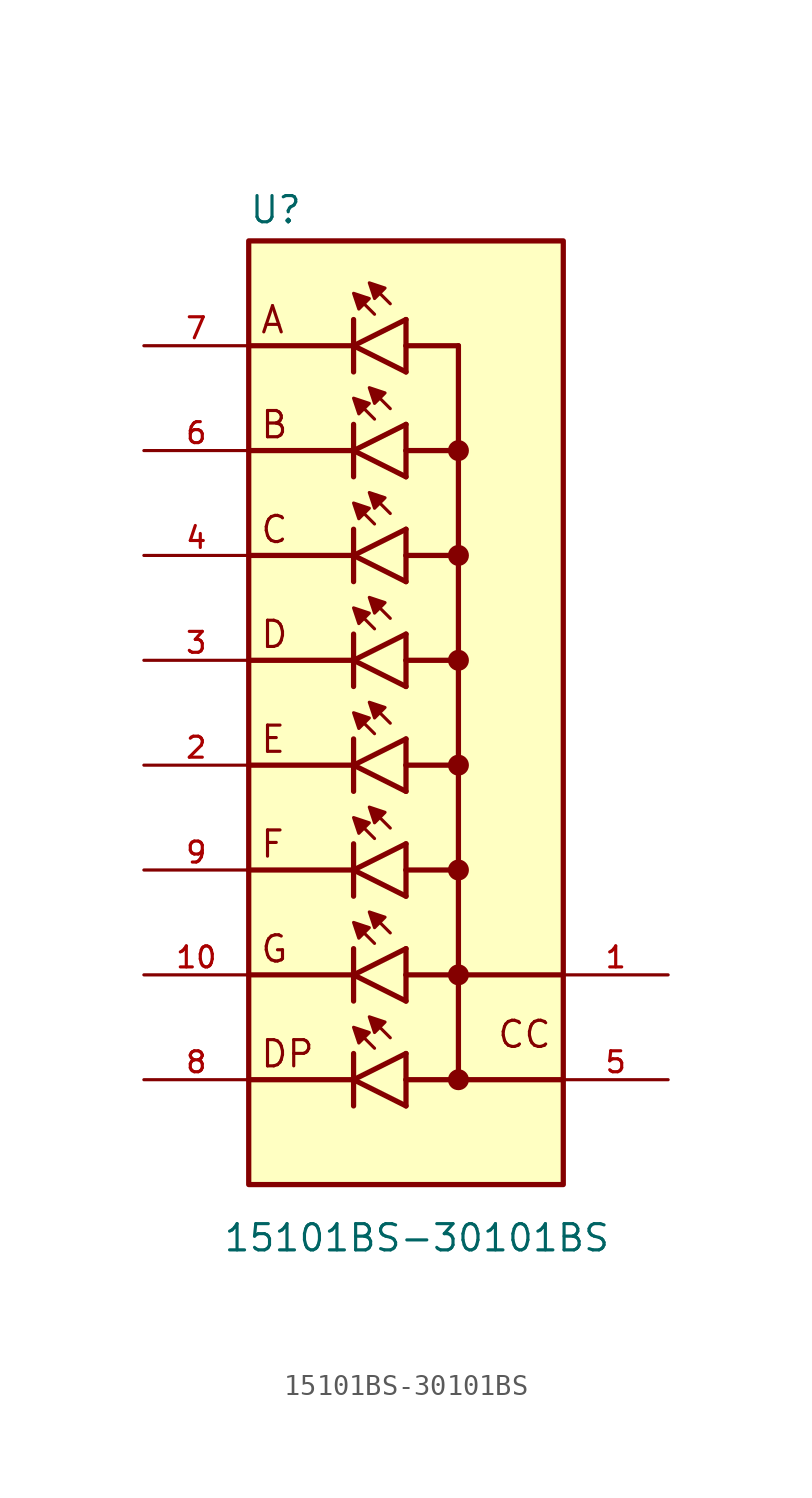
<source format=kicad_sym>
(kicad_symbol_lib
  (version 20211014)
  (generator kicad_symbol_editor)
  (symbol "15101BS-30101BS"
    (pin_names
      (offset 1.016))
    (property "Reference" "U"
      (at -7.62 23.622 0)
      (effects (font (size 1.27 1.27)) (justify left bottom)))
    (property "Value" "15101BS-30101BS"
      (at -8.89 -26.187 0)
      (effects (font (size 1.27 1.27)) (justify left bottom)))
    (symbol "15101BS-30101BS_0_0"
      (rectangle (start -7.62 -22.86) (end 7.62 22.86) (stroke (width 0.254) (type default) (color 0 0 0 0)) (fill (type background)))
      (polyline (pts (xy -7.62 -17.78) (xy -2.54 -17.78)) (stroke (width 0.254) (type default) (color 0 0 0 0)) (fill (type none)))
      (polyline (pts (xy -7.62 -12.7) (xy -2.54 -12.7)) (stroke (width 0.254) (type default) (color 0 0 0 0)) (fill (type none)))
      (polyline (pts (xy -7.62 -7.62) (xy -2.54 -7.62)) (stroke (width 0.254) (type default) (color 0 0 0 0)) (fill (type none)))
      (polyline (pts (xy -7.62 -2.54) (xy -2.54 -2.54)) (stroke (width 0.254) (type default) (color 0 0 0 0)) (fill (type none)))
      (polyline (pts (xy -7.62 2.54) (xy -2.54 2.54)) (stroke (width 0.254) (type default) (color 0 0 0 0)) (fill (type none)))
      (polyline (pts (xy -7.62 7.62) (xy -2.54 7.62)) (stroke (width 0.254) (type default) (color 0 0 0 0)) (fill (type none)))
      (polyline (pts (xy -7.62 12.7) (xy -2.54 12.7)) (stroke (width 0.254) (type default) (color 0 0 0 0)) (fill (type none)))
      (polyline (pts (xy -7.62 17.78) (xy -2.54 17.78)) (stroke (width 0.254) (type default) (color 0 0 0 0)) (fill (type none)))
      (polyline (pts (xy -2.54 -17.78) (xy -2.54 -19.05)) (stroke (width 0.254) (type default) (color 0 0 0 0)) (fill (type none)))
      (polyline (pts (xy -2.54 -17.78) (xy 0 -16.51)) (stroke (width 0.254) (type default) (color 0 0 0 0)) (fill (type none)))
      (polyline (pts (xy -2.54 -16.51) (xy -2.54 -17.78)) (stroke (width 0.254) (type default) (color 0 0 0 0)) (fill (type none)))
      (polyline (pts (xy -2.54 -12.7) (xy -2.54 -13.97)) (stroke (width 0.254) (type default) (color 0 0 0 0)) (fill (type none)))
      (polyline (pts (xy -2.54 -12.7) (xy 0 -11.43)) (stroke (width 0.254) (type default) (color 0 0 0 0)) (fill (type none)))
      (polyline (pts (xy -2.54 -11.43) (xy -2.54 -12.7)) (stroke (width 0.254) (type default) (color 0 0 0 0)) (fill (type none)))
      (polyline (pts (xy -2.54 -7.62) (xy -2.54 -8.89)) (stroke (width 0.254) (type default) (color 0 0 0 0)) (fill (type none)))
      (polyline (pts (xy -2.54 -7.62) (xy 0 -6.35)) (stroke (width 0.254) (type default) (color 0 0 0 0)) (fill (type none)))
      (polyline (pts (xy -2.54 -6.35) (xy -2.54 -7.62)) (stroke (width 0.254) (type default) (color 0 0 0 0)) (fill (type none)))
      (polyline (pts (xy -2.54 -2.54) (xy -2.54 -3.81)) (stroke (width 0.254) (type default) (color 0 0 0 0)) (fill (type none)))
      (polyline (pts (xy -2.54 -2.54) (xy 0 -1.27)) (stroke (width 0.254) (type default) (color 0 0 0 0)) (fill (type none)))
      (polyline (pts (xy -2.54 -1.27) (xy -2.54 -2.54)) (stroke (width 0.254) (type default) (color 0 0 0 0)) (fill (type none)))
      (polyline (pts (xy -2.54 2.54) (xy -2.54 1.27)) (stroke (width 0.254) (type default) (color 0 0 0 0)) (fill (type none)))
      (polyline (pts (xy -2.54 2.54) (xy 0 3.81)) (stroke (width 0.254) (type default) (color 0 0 0 0)) (fill (type none)))
      (polyline (pts (xy -2.54 3.81) (xy -2.54 2.54)) (stroke (width 0.254) (type default) (color 0 0 0 0)) (fill (type none)))
      (polyline (pts (xy -2.54 7.62) (xy -2.54 6.35)) (stroke (width 0.254) (type default) (color 0 0 0 0)) (fill (type none)))
      (polyline (pts (xy -2.54 7.62) (xy 0 8.89)) (stroke (width 0.254) (type default) (color 0 0 0 0)) (fill (type none)))
      (polyline (pts (xy -2.54 8.89) (xy -2.54 7.62)) (stroke (width 0.254) (type default) (color 0 0 0 0)) (fill (type none)))
      (polyline (pts (xy -2.54 12.7) (xy -2.54 11.43)) (stroke (width 0.254) (type default) (color 0 0 0 0)) (fill (type none)))
      (polyline (pts (xy -2.54 12.7) (xy 0 13.97)) (stroke (width 0.254) (type default) (color 0 0 0 0)) (fill (type none)))
      (polyline (pts (xy -2.54 13.97) (xy -2.54 12.7)) (stroke (width 0.254) (type default) (color 0 0 0 0)) (fill (type none)))
      (polyline (pts (xy -2.54 17.78) (xy -2.54 16.51)) (stroke (width 0.254) (type default) (color 0 0 0 0)) (fill (type none)))
      (polyline (pts (xy -2.54 17.78) (xy 0 19.05)) (stroke (width 0.254) (type default) (color 0 0 0 0)) (fill (type none)))
      (polyline (pts (xy -2.54 19.05) (xy -2.54 17.78)) (stroke (width 0.254) (type default) (color 0 0 0 0)) (fill (type none)))
      (polyline (pts (xy -1.524 -16.256) (xy -2.032 -15.748)) (stroke (width 0.152) (type default) (color 0 0 0 0)) (fill (type none)))
      (polyline (pts (xy -1.524 -11.176) (xy -2.032 -10.668)) (stroke (width 0.152) (type default) (color 0 0 0 0)) (fill (type none)))
      (polyline (pts (xy -1.524 -6.096) (xy -2.032 -5.588)) (stroke (width 0.152) (type default) (color 0 0 0 0)) (fill (type none)))
      (polyline (pts (xy -1.524 -1.016) (xy -2.032 -0.508)) (stroke (width 0.152) (type default) (color 0 0 0 0)) (fill (type none)))
      (polyline (pts (xy -1.524 4.064) (xy -2.032 4.572)) (stroke (width 0.152) (type default) (color 0 0 0 0)) (fill (type none)))
      (polyline (pts (xy -1.524 9.144) (xy -2.032 9.652)) (stroke (width 0.152) (type default) (color 0 0 0 0)) (fill (type none)))
      (polyline (pts (xy -1.524 14.224) (xy -2.032 14.732)) (stroke (width 0.152) (type default) (color 0 0 0 0)) (fill (type none)))
      (polyline (pts (xy -1.524 19.304) (xy -2.032 19.812)) (stroke (width 0.152) (type default) (color 0 0 0 0)) (fill (type none)))
      (polyline (pts (xy -0.762 -15.748) (xy -1.27 -15.24)) (stroke (width 0.152) (type default) (color 0 0 0 0)) (fill (type none)))
      (polyline (pts (xy -0.762 -10.668) (xy -1.27 -10.16)) (stroke (width 0.152) (type default) (color 0 0 0 0)) (fill (type none)))
      (polyline (pts (xy -0.762 -5.588) (xy -1.27 -5.08)) (stroke (width 0.152) (type default) (color 0 0 0 0)) (fill (type none)))
      (polyline (pts (xy -0.762 -0.508) (xy -1.27 0)) (stroke (width 0.152) (type default) (color 0 0 0 0)) (fill (type none)))
      (polyline (pts (xy -0.762 4.572) (xy -1.27 5.08)) (stroke (width 0.152) (type default) (color 0 0 0 0)) (fill (type none)))
      (polyline (pts (xy -0.762 9.652) (xy -1.27 10.16)) (stroke (width 0.152) (type default) (color 0 0 0 0)) (fill (type none)))
      (polyline (pts (xy -0.762 14.732) (xy -1.27 15.24)) (stroke (width 0.152) (type default) (color 0 0 0 0)) (fill (type none)))
      (polyline (pts (xy -0.762 19.812) (xy -1.27 20.32)) (stroke (width 0.152) (type default) (color 0 0 0 0)) (fill (type none)))
      (polyline (pts (xy 0 -19.05) (xy -2.54 -17.78)) (stroke (width 0.254) (type default) (color 0 0 0 0)) (fill (type none)))
      (polyline (pts (xy 0 -17.78) (xy 0 -19.05)) (stroke (width 0.254) (type default) (color 0 0 0 0)) (fill (type none)))
      (polyline (pts (xy 0 -17.78) (xy 2.54 -17.78)) (stroke (width 0.254) (type default) (color 0 0 0 0)) (fill (type none)))
      (polyline (pts (xy 0 -16.51) (xy 0 -17.78)) (stroke (width 0.254) (type default) (color 0 0 0 0)) (fill (type none)))
      (polyline (pts (xy 0 -13.97) (xy -2.54 -12.7)) (stroke (width 0.254) (type default) (color 0 0 0 0)) (fill (type none)))
      (polyline (pts (xy 0 -12.7) (xy 0 -13.97)) (stroke (width 0.254) (type default) (color 0 0 0 0)) (fill (type none)))
      (polyline (pts (xy 0 -12.7) (xy 2.54 -12.7)) (stroke (width 0.254) (type default) (color 0 0 0 0)) (fill (type none)))
      (polyline (pts (xy 0 -11.43) (xy 0 -12.7)) (stroke (width 0.254) (type default) (color 0 0 0 0)) (fill (type none)))
      (polyline (pts (xy 0 -8.89) (xy -2.54 -7.62)) (stroke (width 0.254) (type default) (color 0 0 0 0)) (fill (type none)))
      (polyline (pts (xy 0 -7.62) (xy 0 -8.89)) (stroke (width 0.254) (type default) (color 0 0 0 0)) (fill (type none)))
      (polyline (pts (xy 0 -7.62) (xy 2.54 -7.62)) (stroke (width 0.254) (type default) (color 0 0 0 0)) (fill (type none)))
      (polyline (pts (xy 0 -6.35) (xy 0 -7.62)) (stroke (width 0.254) (type default) (color 0 0 0 0)) (fill (type none)))
      (polyline (pts (xy 0 -3.81) (xy -2.54 -2.54)) (stroke (width 0.254) (type default) (color 0 0 0 0)) (fill (type none)))
      (polyline (pts (xy 0 -2.54) (xy 0 -3.81)) (stroke (width 0.254) (type default) (color 0 0 0 0)) (fill (type none)))
      (polyline (pts (xy 0 -2.54) (xy 2.54 -2.54)) (stroke (width 0.254) (type default) (color 0 0 0 0)) (fill (type none)))
      (polyline (pts (xy 0 -1.27) (xy 0 -2.54)) (stroke (width 0.254) (type default) (color 0 0 0 0)) (fill (type none)))
      (polyline (pts (xy 0 1.27) (xy -2.54 2.54)) (stroke (width 0.254) (type default) (color 0 0 0 0)) (fill (type none)))
      (polyline (pts (xy 0 2.54) (xy 0 1.27)) (stroke (width 0.254) (type default) (color 0 0 0 0)) (fill (type none)))
      (polyline (pts (xy 0 2.54) (xy 2.54 2.54)) (stroke (width 0.254) (type default) (color 0 0 0 0)) (fill (type none)))
      (polyline (pts (xy 0 3.81) (xy 0 2.54)) (stroke (width 0.254) (type default) (color 0 0 0 0)) (fill (type none)))
      (polyline (pts (xy 0 6.35) (xy -2.54 7.62)) (stroke (width 0.254) (type default) (color 0 0 0 0)) (fill (type none)))
      (polyline (pts (xy 0 7.62) (xy 0 6.35)) (stroke (width 0.254) (type default) (color 0 0 0 0)) (fill (type none)))
      (polyline (pts (xy 0 7.62) (xy 2.54 7.62)) (stroke (width 0.254) (type default) (color 0 0 0 0)) (fill (type none)))
      (polyline (pts (xy 0 8.89) (xy 0 7.62)) (stroke (width 0.254) (type default) (color 0 0 0 0)) (fill (type none)))
      (polyline (pts (xy 0 11.43) (xy -2.54 12.7)) (stroke (width 0.254) (type default) (color 0 0 0 0)) (fill (type none)))
      (polyline (pts (xy 0 12.7) (xy 0 11.43)) (stroke (width 0.254) (type default) (color 0 0 0 0)) (fill (type none)))
      (polyline (pts (xy 0 12.7) (xy 2.54 12.7)) (stroke (width 0.254) (type default) (color 0 0 0 0)) (fill (type none)))
      (polyline (pts (xy 0 13.97) (xy 0 12.7)) (stroke (width 0.254) (type default) (color 0 0 0 0)) (fill (type none)))
      (polyline (pts (xy 0 16.51) (xy -2.54 17.78)) (stroke (width 0.254) (type default) (color 0 0 0 0)) (fill (type none)))
      (polyline (pts (xy 0 17.78) (xy 0 16.51)) (stroke (width 0.254) (type default) (color 0 0 0 0)) (fill (type none)))
      (polyline (pts (xy 0 17.78) (xy 2.54 17.78)) (stroke (width 0.254) (type default) (color 0 0 0 0)) (fill (type none)))
      (polyline (pts (xy 0 19.05) (xy 0 17.78)) (stroke (width 0.254) (type default) (color 0 0 0 0)) (fill (type none)))
      (polyline (pts (xy 2.438 -12.7) (xy 7.518 -12.7)) (stroke (width 0.254) (type default) (color 0 0 0 0)) (fill (type none)))
      (polyline (pts (xy 2.54 -17.78) (xy 2.54 17.78)) (stroke (width 0.254) (type default) (color 0 0 0 0)) (fill (type none)))
      (polyline (pts (xy 2.54 -17.78) (xy 7.62 -17.78)) (stroke (width 0.254) (type default) (color 0 0 0 0)) (fill (type none)))
      (polyline (pts (xy -1.778 -15.494) (xy -2.286 -16.002) (xy -2.54 -15.24) (xy -1.778 -15.494)) (stroke (width 0.152) (type default) (color 0 0 0 0)) (fill (type outline)))
      (polyline (pts (xy -1.778 -10.414) (xy -2.286 -10.922) (xy -2.54 -10.16) (xy -1.778 -10.414)) (stroke (width 0.152) (type default) (color 0 0 0 0)) (fill (type outline)))
      (polyline (pts (xy -1.778 -5.334) (xy -2.286 -5.842) (xy -2.54 -5.08) (xy -1.778 -5.334)) (stroke (width 0.152) (type default) (color 0 0 0 0)) (fill (type outline)))
      (polyline (pts (xy -1.778 -0.254) (xy -2.286 -0.762) (xy -2.54 0) (xy -1.778 -0.254)) (stroke (width 0.152) (type default) (color 0 0 0 0)) (fill (type outline)))
      (polyline (pts (xy -1.778 4.826) (xy -2.286 4.318) (xy -2.54 5.08) (xy -1.778 4.826)) (stroke (width 0.152) (type default) (color 0 0 0 0)) (fill (type outline)))
      (polyline (pts (xy -1.778 9.906) (xy -2.286 9.398) (xy -2.54 10.16) (xy -1.778 9.906)) (stroke (width 0.152) (type default) (color 0 0 0 0)) (fill (type outline)))
      (polyline (pts (xy -1.778 14.986) (xy -2.286 14.478) (xy -2.54 15.24) (xy -1.778 14.986)) (stroke (width 0.152) (type default) (color 0 0 0 0)) (fill (type outline)))
      (polyline (pts (xy -1.778 20.066) (xy -2.286 19.558) (xy -2.54 20.32) (xy -1.778 20.066)) (stroke (width 0.152) (type default) (color 0 0 0 0)) (fill (type outline)))
      (polyline (pts (xy -1.016 -14.986) (xy -1.524 -15.494) (xy -1.778 -14.732) (xy -1.016 -14.986)) (stroke (width 0.152) (type default) (color 0 0 0 0)) (fill (type outline)))
      (polyline (pts (xy -1.016 -9.906) (xy -1.524 -10.414) (xy -1.778 -9.652) (xy -1.016 -9.906)) (stroke (width 0.152) (type default) (color 0 0 0 0)) (fill (type outline)))
      (polyline (pts (xy -1.016 -4.826) (xy -1.524 -5.334) (xy -1.778 -4.572) (xy -1.016 -4.826)) (stroke (width 0.152) (type default) (color 0 0 0 0)) (fill (type outline)))
      (polyline (pts (xy -1.016 0.254) (xy -1.524 -0.254) (xy -1.778 0.508) (xy -1.016 0.254)) (stroke (width 0.152) (type default) (color 0 0 0 0)) (fill (type outline)))
      (polyline (pts (xy -1.016 5.334) (xy -1.524 4.826) (xy -1.778 5.588) (xy -1.016 5.334)) (stroke (width 0.152) (type default) (color 0 0 0 0)) (fill (type outline)))
      (polyline (pts (xy -1.016 10.414) (xy -1.524 9.906) (xy -1.778 10.668) (xy -1.016 10.414)) (stroke (width 0.152) (type default) (color 0 0 0 0)) (fill (type outline)))
      (polyline (pts (xy -1.016 15.494) (xy -1.524 14.986) (xy -1.778 15.748) (xy -1.016 15.494)) (stroke (width 0.152) (type default) (color 0 0 0 0)) (fill (type outline)))
      (polyline (pts (xy -1.016 20.574) (xy -1.524 20.066) (xy -1.778 20.828) (xy -1.016 20.574)) (stroke (width 0.152) (type default) (color 0 0 0 0)) (fill (type outline)))
      (circle (center 2.54 -17.78) (radius 0.254) (stroke (width 0.508) (type default) (color 0 0 0 0)) (fill (type none)))
      (circle (center 2.54 -12.7) (radius 0.254) (stroke (width 0.508) (type default) (color 0 0 0 0)) (fill (type none)))
      (circle (center 2.54 -7.62) (radius 0.254) (stroke (width 0.508) (type default) (color 0 0 0 0)) (fill (type none)))
      (circle (center 2.54 -2.54) (radius 0.254) (stroke (width 0.508) (type default) (color 0 0 0 0)) (fill (type none)))
      (circle (center 2.54 2.54) (radius 0.254) (stroke (width 0.508) (type default) (color 0 0 0 0)) (fill (type none)))
      (circle (center 2.54 7.62) (radius 0.254) (stroke (width 0.508) (type default) (color 0 0 0 0)) (fill (type none)))
      (circle (center 2.54 12.7) (radius 0.254) (stroke (width 0.508) (type default) (color 0 0 0 0)) (fill (type none)))
      (text "A" (at -7.112 18.288 0) (effects (font (size 1.27 1.27)) (justify left bottom)))
      (text "B" (at -7.112 13.208 0) (effects (font (size 1.27 1.27)) (justify left bottom)))
      (text "C" (at -7.112 8.128 0) (effects (font (size 1.27 1.27)) (justify left bottom)))
      (text "CC" (at 4.369 -16.332 0) (effects (font (size 1.27 1.27)) (justify left bottom)))
      (text "D" (at -7.112 3.048 0) (effects (font (size 1.27 1.27)) (justify left bottom)))
      (text "DP" (at -7.112 -17.272 0) (effects (font (size 1.27 1.27)) (justify left bottom)))
      (text "E" (at -7.112 -2.032 0) (effects (font (size 1.27 1.27)) (justify left bottom)))
      (text "F" (at -7.112 -7.112 0) (effects (font (size 1.27 1.27)) (justify left bottom)))
      (text "G" (at -7.112 -12.192 0) (effects (font (size 1.27 1.27)) (justify left bottom)))
      (pin passive line (at 12.7 -12.7 180) (length 5.08) (name "" (effects (font (size 1.016 1.016)))) (number "1" (effects (font (size 1.016 1.016)))))
      (pin passive line (at -12.7 -12.7 0) (length 5.08) (name "~" (effects (font (size 1.016 1.016)))) (number "10" (effects (font (size 1.016 1.016)))))
      (pin passive line (at -12.7 -2.54 0) (length 5.08) (name "~" (effects (font (size 1.016 1.016)))) (number "2" (effects (font (size 1.016 1.016)))))
      (pin passive line (at -12.7 2.54 0) (length 5.08) (name "~" (effects (font (size 1.016 1.016)))) (number "3" (effects (font (size 1.016 1.016)))))
      (pin passive line (at -12.7 7.62 0) (length 5.08) (name "~" (effects (font (size 1.016 1.016)))) (number "4" (effects (font (size 1.016 1.016)))))
      (pin passive line (at 12.7 -17.78 180) (length 5.08) (name "~" (effects (font (size 1.016 1.016)))) (number "5" (effects (font (size 1.016 1.016)))))
      (pin passive line (at -12.7 12.7 0) (length 5.08) (name "~" (effects (font (size 1.016 1.016)))) (number "6" (effects (font (size 1.016 1.016)))))
      (pin passive line (at -12.7 17.78 0) (length 5.08) (name "~" (effects (font (size 1.016 1.016)))) (number "7" (effects (font (size 1.016 1.016)))))
      (pin passive line (at -12.7 -17.78 0) (length 5.08) (name "~" (effects (font (size 1.016 1.016)))) (number "8" (effects (font (size 1.016 1.016)))))
      (pin passive line (at -12.7 -7.62 0) (length 5.08) (name "~" (effects (font (size 1.016 1.016)))) (number "9" (effects (font (size 1.016 1.016))))))))
</source>
